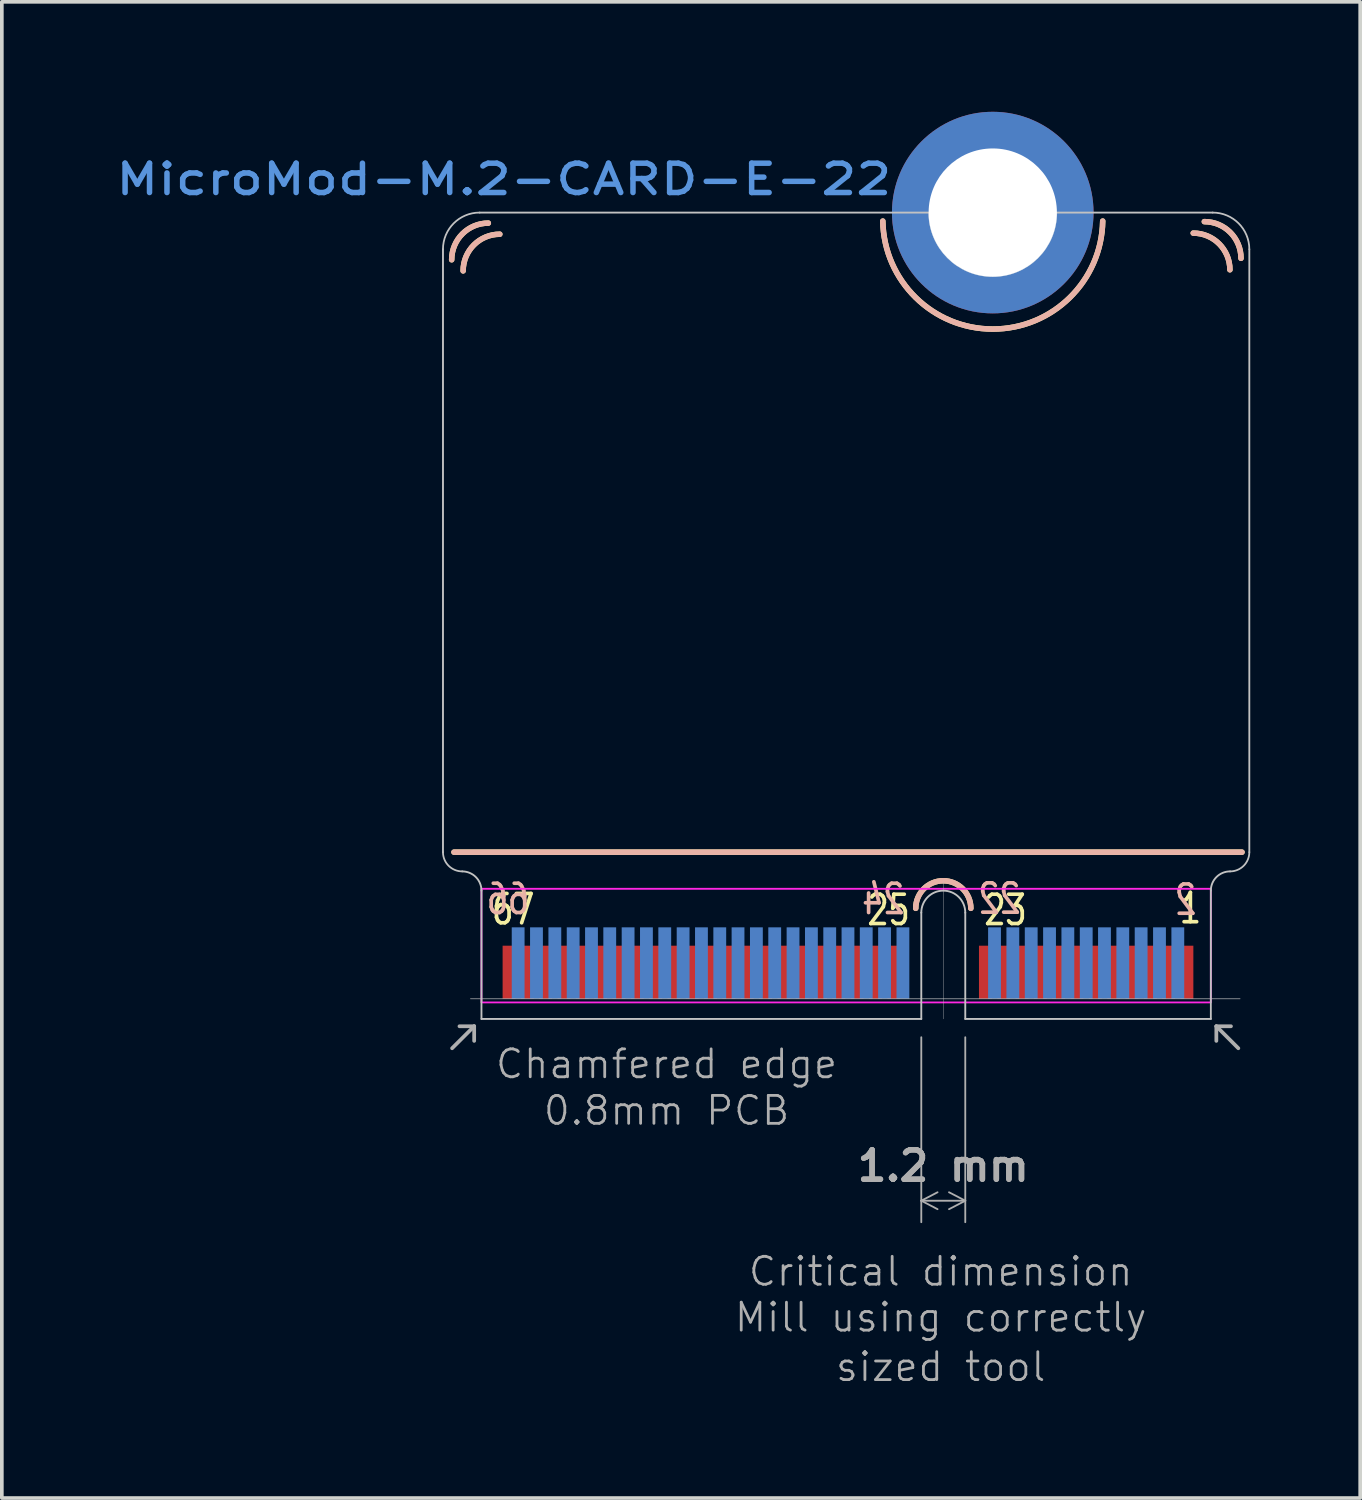
<source format=kicad_pcb>
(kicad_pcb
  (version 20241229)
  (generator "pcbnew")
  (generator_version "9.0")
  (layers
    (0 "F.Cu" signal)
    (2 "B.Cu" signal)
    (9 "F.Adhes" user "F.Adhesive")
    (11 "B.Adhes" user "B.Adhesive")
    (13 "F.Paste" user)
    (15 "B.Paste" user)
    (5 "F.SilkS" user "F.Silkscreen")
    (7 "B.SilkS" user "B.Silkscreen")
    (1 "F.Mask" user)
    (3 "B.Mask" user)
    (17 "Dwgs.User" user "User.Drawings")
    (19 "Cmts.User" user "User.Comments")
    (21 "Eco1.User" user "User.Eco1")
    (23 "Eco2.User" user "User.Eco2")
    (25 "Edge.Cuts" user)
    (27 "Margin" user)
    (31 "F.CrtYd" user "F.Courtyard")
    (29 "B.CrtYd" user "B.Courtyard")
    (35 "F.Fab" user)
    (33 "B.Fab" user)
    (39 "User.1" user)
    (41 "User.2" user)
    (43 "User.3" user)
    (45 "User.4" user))
  (footprint "MicroMod-M.2-CARD-E-22"
    (layer "F.Cu")
    (at 20.086 24.75)
    (property "Reference" "MicroMod-M.2-CARD-E-22" (at -9.39 -22.91 0) (layer "Cmts.User") (effects (font (size 0.8 1) (thickness 0.15))))
    (attr smd)
    (fp_line (start 10.75 -4.55) (end -10.75 -4.55) (stroke (width 0.15) (type default)) (layer "F.SilkS"))
    (fp_arc (start -10.812894 -20.712895) (mid -10.52 -21.420001) (end -9.812894 -21.712895) (stroke (width 0.15) (type solid)) (layer "F.SilkS"))
    (fp_arc (start -10.500001 -20.410003) (mid -10.207107 -21.117109) (end -9.500001 -21.410003) (stroke (width 0.15) (type solid)) (layer "F.SilkS"))
    (fp_arc (start 1.848336 -3.018336) (mid 2.6 -3.77) (end 3.351664 -3.018336) (stroke (width 0.15) (type solid)) (layer "F.SilkS"))
    (fp_arc (start 6.95 -21.767594) (mid 3.95 -18.819542) (end 0.95 -21.767594) (stroke (width 0.15) (type solid)) (layer "F.SilkS"))
    (fp_arc (start 9.420003 -21.440003) (mid 10.127109 -21.147109) (end 10.420003 -20.440003) (stroke (width 0.15) (type solid)) (layer "F.SilkS"))
    (fp_arc (start 9.722895 -21.752896) (mid 10.430004 -21.460004) (end 10.722895 -20.752896) (stroke (width 0.15) (type solid)) (layer "F.SilkS"))
    (fp_line (start 10.75 -4.55) (end -10.75 -4.55) (stroke (width 0.15) (type default)) (layer "B.SilkS"))
    (fp_arc (start -10.812894 -20.712895) (mid -10.52 -21.420001) (end -9.812894 -21.712895) (stroke (width 0.15) (type solid)) (layer "B.SilkS"))
    (fp_arc (start -10.500001 -20.410003) (mid -10.207107 -21.117109) (end -9.500001 -21.410003) (stroke (width 0.15) (type solid)) (layer "B.SilkS"))
    (fp_arc (start 1.848336 -3.018336) (mid 2.6 -3.77) (end 3.351664 -3.018336) (stroke (width 0.15) (type solid)) (layer "B.SilkS"))
    (fp_arc (start 6.95 -21.767594) (mid 3.95 -18.819542) (end 0.95 -21.767594) (stroke (width 0.15) (type solid)) (layer "B.SilkS"))
    (fp_arc (start 9.420003 -21.440003) (mid 10.127109 -21.147109) (end 10.420003 -20.440003) (stroke (width 0.15) (type solid)) (layer "B.SilkS"))
    (fp_arc (start 9.722895 -21.752896) (mid 10.430004 -21.460004) (end 10.722895 -20.752896) (stroke (width 0.15) (type solid)) (layer "B.SilkS"))
    (fp_line (start -11.05 -21) (end -11.05 -4.55) (stroke (width 0.051) (type solid)) (layer "Dwgs.User"))
    (fp_line (start -10.3 -0.549) (end 10.698 -0.549) (stroke (width 0.018) (type solid)) (layer "Dwgs.User"))
    (fp_line (start -10 0) (end -10 -3.5) (stroke (width 0.051) (type solid)) (layer "Dwgs.User"))
    (fp_line (start 2 -2.9) (end 2 0) (stroke (width 0.051) (type solid)) (layer "Dwgs.User"))
    (fp_line (start 2 0) (end -10 0) (stroke (width 0.051) (type solid)) (layer "Dwgs.User"))
    (fp_line (start 2.2 -22) (end -10.05 -22) (stroke (width 0.051) (type solid)) (layer "Dwgs.User"))
    (fp_line (start 2.6 -3.75) (end 2.6 0) (stroke (width 0.01) (type default)) (layer "Dwgs.User"))
    (fp_line (start 3.2 -2.9) (end 3.2 0) (stroke (width 0.051) (type solid)) (layer "Dwgs.User"))
    (fp_line (start 9.9 -3.5) (end 9.9 0) (stroke (width 0.05) (type solid)) (layer "Dwgs.User"))
    (fp_line (start 9.9 0) (end 3.2 0) (stroke (width 0.051) (type solid)) (layer "Dwgs.User"))
    (fp_line (start 9.95 -22) (end 5.7 -22) (stroke (width 0.051) (type solid)) (layer "Dwgs.User"))
    (fp_line (start 10.95 -21) (end 10.95 -4.55) (stroke (width 0.05) (type solid)) (layer "Dwgs.User"))
    (fp_arc (start -11.05 -21) (mid -10.757106 -21.707106) (end -10.05 -22) (stroke (width 0.04826) (type solid)) (layer "Dwgs.User"))
    (fp_arc (start -10.525 -4.025) (mid -10.896231 -4.178769) (end -11.05 -4.55) (stroke (width 0.04826) (type solid)) (layer "Dwgs.User"))
    (fp_arc (start -10.525 -4.025) (mid -10.153769 -3.871231) (end -10 -3.5) (stroke (width 0.0508) (type solid)) (layer "Dwgs.User"))
    (fp_arc (start 2 -2.9) (mid 2.6 -3.5) (end 3.2 -2.9) (stroke (width 0.0508) (type solid)) (layer "Dwgs.User"))
    (fp_arc (start 9.9 -3.5) (mid 10.053769 -3.871231) (end 10.425 -4.025) (stroke (width 0.0508) (type solid)) (layer "Dwgs.User"))
    (fp_arc (start 9.95 -22) (mid 10.657107 -21.707107) (end 10.95 -21) (stroke (width 0.04826) (type solid)) (layer "Dwgs.User"))
    (fp_arc (start 10.95 -4.55) (mid 10.796231 -4.178769) (end 10.425 -4.025) (stroke (width 0.04826) (type solid)) (layer "Dwgs.User"))
    (fp_line (start -11.05 -21) (end -11.05 -4.55) (stroke (width 0.01) (type solid)) (layer "Edge.Cuts"))
    (fp_line (start -10 0) (end -10 -3.5) (stroke (width 0.01) (type solid)) (layer "Edge.Cuts"))
    (fp_line (start 2 -2.9) (end 2 0) (stroke (width 0.01) (type solid)) (layer "Edge.Cuts"))
    (fp_line (start 2 0) (end -10 0) (stroke (width 0.01) (type solid)) (layer "Edge.Cuts"))
    (fp_line (start 2.2 -22) (end -10.05 -22) (stroke (width 0.01) (type solid)) (layer "Edge.Cuts"))
    (fp_line (start 3.2 -2.9) (end 3.2 0) (stroke (width 0.01) (type solid)) (layer "Edge.Cuts"))
    (fp_line (start 9.9 -3.5) (end 9.9 0) (stroke (width 0.01) (type solid)) (layer "Edge.Cuts"))
    (fp_line (start 9.9 0) (end 3.2 0) (stroke (width 0.01) (type solid)) (layer "Edge.Cuts"))
    (fp_line (start 9.95 -22) (end 5.7 -22) (stroke (width 0.01) (type solid)) (layer "Edge.Cuts"))
    (fp_line (start 10.95 -21) (end 10.95 -4.55) (stroke (width 0.01) (type solid)) (layer "Edge.Cuts"))
    (fp_arc (start -11.05 -21) (mid -10.757106 -21.707106) (end -10.05 -22) (stroke (width 0.01) (type solid)) (layer "Edge.Cuts"))
    (fp_arc (start -10.525 -4.025) (mid -10.896231 -4.178769) (end -11.05 -4.55) (stroke (width 0.01) (type solid)) (layer "Edge.Cuts"))
    (fp_arc (start -10.525 -4.025) (mid -10.153769 -3.871231) (end -10 -3.5) (stroke (width 0.01) (type solid)) (layer "Edge.Cuts"))
    (fp_arc (start 2 -2.9) (mid 2.6 -3.5) (end 3.2 -2.9) (stroke (width 0.01) (type solid)) (layer "Edge.Cuts"))
    (fp_arc (start 5.7 -22) (mid 3.95 -20.25) (end 2.2 -22) (stroke (width 0.01) (type default)) (layer "Edge.Cuts"))
    (fp_arc (start 9.9 -3.5) (mid 10.053769 -3.871231) (end 10.425 -4.025) (stroke (width 0.01) (type solid)) (layer "Edge.Cuts"))
    (fp_arc (start 9.95 -22) (mid 10.657107 -21.707107) (end 10.95 -21) (stroke (width 0.01) (type solid)) (layer "Edge.Cuts"))
    (fp_arc (start 10.95 -4.55) (mid 10.796231 -4.178769) (end 10.425 -4.025) (stroke (width 0.01) (type solid)) (layer "Edge.Cuts"))
    (fp_rect (start 9.9 -3.55) (end -10 -0.45) (stroke (width 0.05) (type default)) (fill no) (layer "F.CrtYd"))
    (fp_line (start -10.801 0.8) (end -10.199 0.2) (stroke (width 0.102) (type solid)) (layer "F.Fab"))
    (fp_line (start -10.199 0.2) (end -10.6 0.2) (stroke (width 0.102) (type solid)) (layer "F.Fab"))
    (fp_line (start -10.199 0.2) (end -10.199 0.599) (stroke (width 0.102) (type solid)) (layer "F.Fab"))
    (fp_line (start 10.05 0.2) (end 10.05 0.599) (stroke (width 0.102) (type solid)) (layer "F.Fab"))
    (fp_line (start 10.05 0.2) (end 10.449 0.2) (stroke (width 0.102) (type solid)) (layer "F.Fab"))
    (fp_line (start 10.65 0.8) (end 10.05 0.2) (stroke (width 0.102) (type solid)) (layer "F.Fab"))
    (fp_text user "23" (at 3.66 -2.5 0) (unlocked yes) (layer "F.SilkS") (effects (font (size 0.8 0.6) (thickness 0.1) (bold yes)) (justify left bottom)))
    (fp_text user "67" (at -9.77 -2.52 0) (unlocked yes) (layer "F.SilkS") (effects (font (size 0.8 0.6) (thickness 0.1)) (justify left bottom)))
    (fp_text user "25" (at 0.47 -2.5 0) (unlocked yes) (layer "F.SilkS") (effects (font (size 0.8 0.6) (thickness 0.1)) (justify left bottom)))
    (fp_text user "1" (at 8.99 -2.55 0) (unlocked yes) (layer "F.SilkS") (effects (font (size 0.8 0.6) (thickness 0.1)) (justify left bottom)))
    (fp_text user "24" (at 1.6 -2.8 0) (unlocked yes) (layer "B.SilkS") (effects (font (size 0.8 0.6) (thickness 0.1) (bold yes)) (justify left bottom mirror)))
    (fp_text user "66" (at -8.64 -2.8 0) (unlocked yes) (layer "B.SilkS") (effects (font (size 0.8 0.6) (thickness 0.1) (bold yes)) (justify left bottom mirror)))
    (fp_text user "22" (at 4.77 -2.81 0) (unlocked yes) (layer "B.SilkS") (effects (font (size 0.8 0.6) (thickness 0.1) (bold yes)) (justify left bottom mirror)))
    (fp_text user "2" (at 9.56 -2.78 0) (unlocked yes) (layer "B.SilkS") (effects (font (size 0.8 0.6) (thickness 0.1) (bold yes)) (justify left bottom mirror)))
    (fp_text user "sized tool" (at 2.53 9.492 180) (layer "F.Fab") (effects (font (size 0.762 0.762) (thickness 0.076))))
    (fp_text user "0.8mm PCB" (at -4.95 2.5 180) (layer "F.Fab") (effects (font (size 0.762 0.762) (thickness 0.076))))
    (fp_text user "Chamfered edge" (at -4.95 1.23 180) (layer "F.Fab") (effects (font (size 0.762 0.762) (thickness 0.076))))
    (fp_text user "Critical dimension" (at 2.53 6.89 180) (layer "F.Fab") (effects (font (size 0.762 0.762) (thickness 0.076))))
    (fp_text user "Mill using correctly" (at 2.53 8.142 180) (layer "F.Fab") (effects (font (size 0.762 0.762) (thickness 0.076))))
    (dimension (type aligned) (layer "F.Fab") (pts (xy 22.086 24.75) (xy 23.286 24.75)) (height 4.96) (format (prefix "") (suffix "") (units 2) (units_format 1) (precision 4) (suppress_zeroes yes)) (style (thickness 0.05) (arrow_length 0.5) (text_position_mode 0) (arrow_direction outward) (extension_height 0.586) (extension_offset 0.5) (keep_text_aligned yes)) (gr_text "1.2 mm" (at 22.686 28.76 0) (layer "F.Fab") (effects (font (size 0.8 0.8) (thickness 0.15)))))
    (pad "1" smd rect (at 9.248 -1.273 180) (size 0.35 1.45) (layers "F.Cu" "F.Mask" "F.Paste"))
    (pad "2" smd rect (at 8.999 -1.524 180) (size 0.35 1.95) (layers "B.Cu" "B.Mask" "B.Paste"))
    (pad "3" smd rect (at 8.748 -1.273 180) (size 0.35 1.45) (layers "F.Cu" "F.Mask" "F.Paste"))
    (pad "4" smd rect (at 8.499 -1.524 180) (size 0.35 1.95) (layers "B.Cu" "B.Mask" "B.Paste"))
    (pad "5" smd rect (at 8.25 -1.273 180) (size 0.35 1.45) (layers "F.Cu" "F.Mask" "F.Paste"))
    (pad "6" smd rect (at 7.998 -1.524 180) (size 0.35 1.95) (layers "B.Cu" "B.Mask" "B.Paste"))
    (pad "7" smd rect (at 7.75 -1.273 180) (size 0.35 1.45) (layers "F.Cu" "F.Mask" "F.Paste"))
    (pad "8" smd rect (at 7.498 -1.524 180) (size 0.35 1.95) (layers "B.Cu" "B.Mask" "B.Paste"))
    (pad "9" smd rect (at 7.249 -1.273 180) (size 0.35 1.45) (layers "F.Cu" "F.Mask" "F.Paste"))
    (pad "10" smd rect (at 6.998 -1.524 180) (size 0.35 1.95) (layers "B.Cu" "B.Mask" "B.Paste"))
    (pad "11" smd rect (at 6.749 -1.273 180) (size 0.35 1.45) (layers "F.Cu" "F.Mask" "F.Paste"))
    (pad "12" smd rect (at 6.5 -1.524 180) (size 0.35 1.95) (layers "B.Cu" "B.Mask" "B.Paste"))
    (pad "13" smd rect (at 6.248 -1.273 180) (size 0.35 1.45) (layers "F.Cu" "F.Mask" "F.Paste"))
    (pad "14" smd rect (at 5.999 -1.524 180) (size 0.35 1.95) (layers "B.Cu" "B.Mask" "B.Paste"))
    (pad "15" smd rect (at 5.748 -1.273 180) (size 0.35 1.45) (layers "F.Cu" "F.Mask" "F.Paste"))
    (pad "16" smd rect (at 5.499 -1.524 180) (size 0.35 1.95) (layers "B.Cu" "B.Mask" "B.Paste"))
    (pad "17" smd rect (at 5.248 -1.273 180) (size 0.35 1.45) (layers "F.Cu" "F.Mask" "F.Paste"))
    (pad "18" smd rect (at 4.999 -1.524 180) (size 0.35 1.95) (layers "B.Cu" "B.Mask" "B.Paste"))
    (pad "19" smd rect (at 4.75 -1.273 180) (size 0.35 1.45) (layers "F.Cu" "F.Mask" "F.Paste"))
    (pad "20" smd rect (at 4.498 -1.524 180) (size 0.35 1.95) (layers "B.Cu" "B.Mask" "B.Paste"))
    (pad "21" smd rect (at 4.249 -1.273 180) (size 0.35 1.45) (layers "F.Cu" "F.Mask" "F.Paste"))
    (pad "22" smd rect (at 3.998 -1.524 180) (size 0.35 1.95) (layers "B.Cu" "B.Mask" "B.Paste"))
    (pad "23" smd rect (at 3.749 -1.273 180) (size 0.35 1.45) (layers "F.Cu" "F.Mask" "F.Paste"))
    (pad "32" smd rect (at 1.499 -1.524 180) (size 0.35 1.95) (layers "B.Cu" "B.Mask" "B.Paste"))
    (pad "33" smd rect (at 1.25 -1.273 180) (size 0.35 1.45) (layers "F.Cu" "F.Mask" "F.Paste"))
    (pad "34" smd rect (at 0.998 -1.524 180) (size 0.35 1.95) (layers "B.Cu" "B.Mask" "B.Paste"))
    (pad "35" smd rect (at 0.749 -1.273 180) (size 0.35 1.45) (layers "F.Cu" "F.Mask" "F.Paste"))
    (pad "36" smd rect (at 0.498 -1.524 180) (size 0.35 1.95) (layers "B.Cu" "B.Mask" "B.Paste"))
    (pad "37" smd rect (at 0.249 -1.273 180) (size 0.35 1.45) (layers "F.Cu" "F.Mask" "F.Paste"))
    (pad "38" smd rect (at 0 -1.524 180) (size 0.35 1.95) (layers "B.Cu" "B.Mask" "B.Paste"))
    (pad "39" smd rect (at -0.249 -1.273 180) (size 0.35 1.45) (layers "F.Cu" "F.Mask" "F.Paste"))
    (pad "40" smd rect (at -0.498 -1.524 180) (size 0.35 1.95) (layers "B.Cu" "B.Mask" "B.Paste"))
    (pad "41" smd rect (at -0.749 -1.273 180) (size 0.35 1.45) (layers "F.Cu" "F.Mask" "F.Paste"))
    (pad "42" smd rect (at -0.998 -1.524 180) (size 0.35 1.95) (layers "B.Cu" "B.Mask" "B.Paste"))
    (pad "43" smd rect (at -1.25 -1.273 180) (size 0.35 1.45) (layers "F.Cu" "F.Mask" "F.Paste"))
    (pad "44" smd rect (at -1.499 -1.524 180) (size 0.35 1.95) (layers "B.Cu" "B.Mask" "B.Paste"))
    (pad "45" smd rect (at -1.748 -1.273 180) (size 0.35 1.45) (layers "F.Cu" "F.Mask" "F.Paste"))
    (pad "46" smd rect (at -1.999 -1.524 180) (size 0.35 1.95) (layers "B.Cu" "B.Mask" "B.Paste"))
    (pad "47" smd rect (at -2.248 -1.273 180) (size 0.35 1.45) (layers "F.Cu" "F.Mask" "F.Paste"))
    (pad "48" smd rect (at -2.499 -1.524 180) (size 0.35 1.95) (layers "B.Cu" "B.Mask" "B.Paste"))
    (pad "49" smd rect (at -2.748 -1.273 180) (size 0.35 1.45) (layers "F.Cu" "F.Mask" "F.Paste"))
    (pad "50" smd rect (at -3 -1.524 180) (size 0.35 1.95) (layers "B.Cu" "B.Mask" "B.Paste"))
    (pad "51" smd rect (at -3.249 -1.273 180) (size 0.35 1.45) (layers "F.Cu" "F.Mask" "F.Paste"))
    (pad "52" smd rect (at -3.498 -1.524 180) (size 0.35 1.95) (layers "B.Cu" "B.Mask" "B.Paste"))
    (pad "53" smd rect (at -3.749 -1.273 180) (size 0.35 1.45) (layers "F.Cu" "F.Mask" "F.Paste"))
    (pad "54" smd rect (at -3.998 -1.524 180) (size 0.35 1.95) (layers "B.Cu" "B.Mask" "B.Paste"))
    (pad "55" smd rect (at -4.249 -1.273 180) (size 0.35 1.45) (layers "F.Cu" "F.Mask" "F.Paste"))
    (pad "56" smd rect (at -4.498 -1.524 180) (size 0.35 1.95) (layers "B.Cu" "B.Mask" "B.Paste"))
    (pad "57" smd rect (at -4.75 -1.273 180) (size 0.35 1.45) (layers "F.Cu" "F.Mask" "F.Paste"))
    (pad "58" smd rect (at -4.999 -1.524 180) (size 0.35 1.95) (layers "B.Cu" "B.Mask" "B.Paste"))
    (pad "59" smd rect (at -5.248 -1.273 180) (size 0.35 1.45) (layers "F.Cu" "F.Mask" "F.Paste"))
    (pad "60" smd rect (at -5.499 -1.524 180) (size 0.35 1.95) (layers "B.Cu" "B.Mask" "B.Paste"))
    (pad "61" smd rect (at -5.748 -1.273 180) (size 0.35 1.45) (layers "F.Cu" "F.Mask" "F.Paste"))
    (pad "62" smd rect (at -5.999 -1.524 180) (size 0.35 1.95) (layers "B.Cu" "B.Mask" "B.Paste"))
    (pad "63" smd rect (at -6.248 -1.273 180) (size 0.35 1.45) (layers "F.Cu" "F.Mask" "F.Paste"))
    (pad "64" smd rect (at -6.5 -1.524 180) (size 0.35 1.95) (layers "B.Cu" "B.Mask" "B.Paste"))
    (pad "65" smd rect (at -6.749 -1.273 180) (size 0.35 1.45) (layers "F.Cu" "F.Mask" "F.Paste"))
    (pad "66" smd rect (at -6.998 -1.524 180) (size 0.35 1.95) (layers "B.Cu" "B.Mask" "B.Paste"))
    (pad "67" smd rect (at -7.249 -1.273 180) (size 0.35 1.45) (layers "F.Cu" "F.Mask" "F.Paste"))
    (pad "68" smd rect (at -7.498 -1.524 180) (size 0.35 1.95) (layers "B.Cu" "B.Mask" "B.Paste"))
    (pad "69" smd rect (at -7.75 -1.273 180) (size 0.35 1.45) (layers "F.Cu" "F.Mask" "F.Paste"))
    (pad "70" smd rect (at -7.998 -1.524 180) (size 0.35 1.95) (layers "B.Cu" "B.Mask" "B.Paste"))
    (pad "71" smd rect (at -8.25 -1.273 180) (size 0.35 1.45) (layers "F.Cu" "F.Mask" "F.Paste"))
    (pad "72" smd rect (at -8.499 -1.524 180) (size 0.35 1.95) (layers "B.Cu" "B.Mask" "B.Paste"))
    (pad "73" smd rect (at -8.748 -1.273 180) (size 0.35 1.45) (layers "F.Cu" "F.Mask" "F.Paste"))
    (pad "74" smd rect (at -8.999 -1.524 180) (size 0.35 1.95) (layers "B.Cu" "B.Mask" "B.Paste"))
    (pad "75" smd rect (at -9.248 -1.273 180) (size 0.35 1.45) (layers "F.Cu" "F.Mask" "F.Paste"))
    (pad "GND" thru_hole circle (at 3.95 -22 90) (size 5.5 5.5) (drill 3.5) (layers "*.Cu" "*.Mask"))
    (zone (net_name "") (layers "F.Cu" "B.Cu") (hatch edge 0.5) (connect_pads) (min_thickness 0.25) (filled_areas_thickness no) (keepout (tracks allowed) (vias allowed) (pads allowed) (copperpour not_allowed) (footprints allowed)) (placement (enabled no)) (fill) (polygon (pts (xy 10.086 21.2) (xy 29.976 21.19) (xy 29.986 24.76) (xy 10.076 24.8)))))
  (gr_rect
    (start -3 -3)
    (end 34.061 37.821)
    (stroke (width 0.1) (type default))
    (fill no)
    (layer "Edge.Cuts")))
</source>
